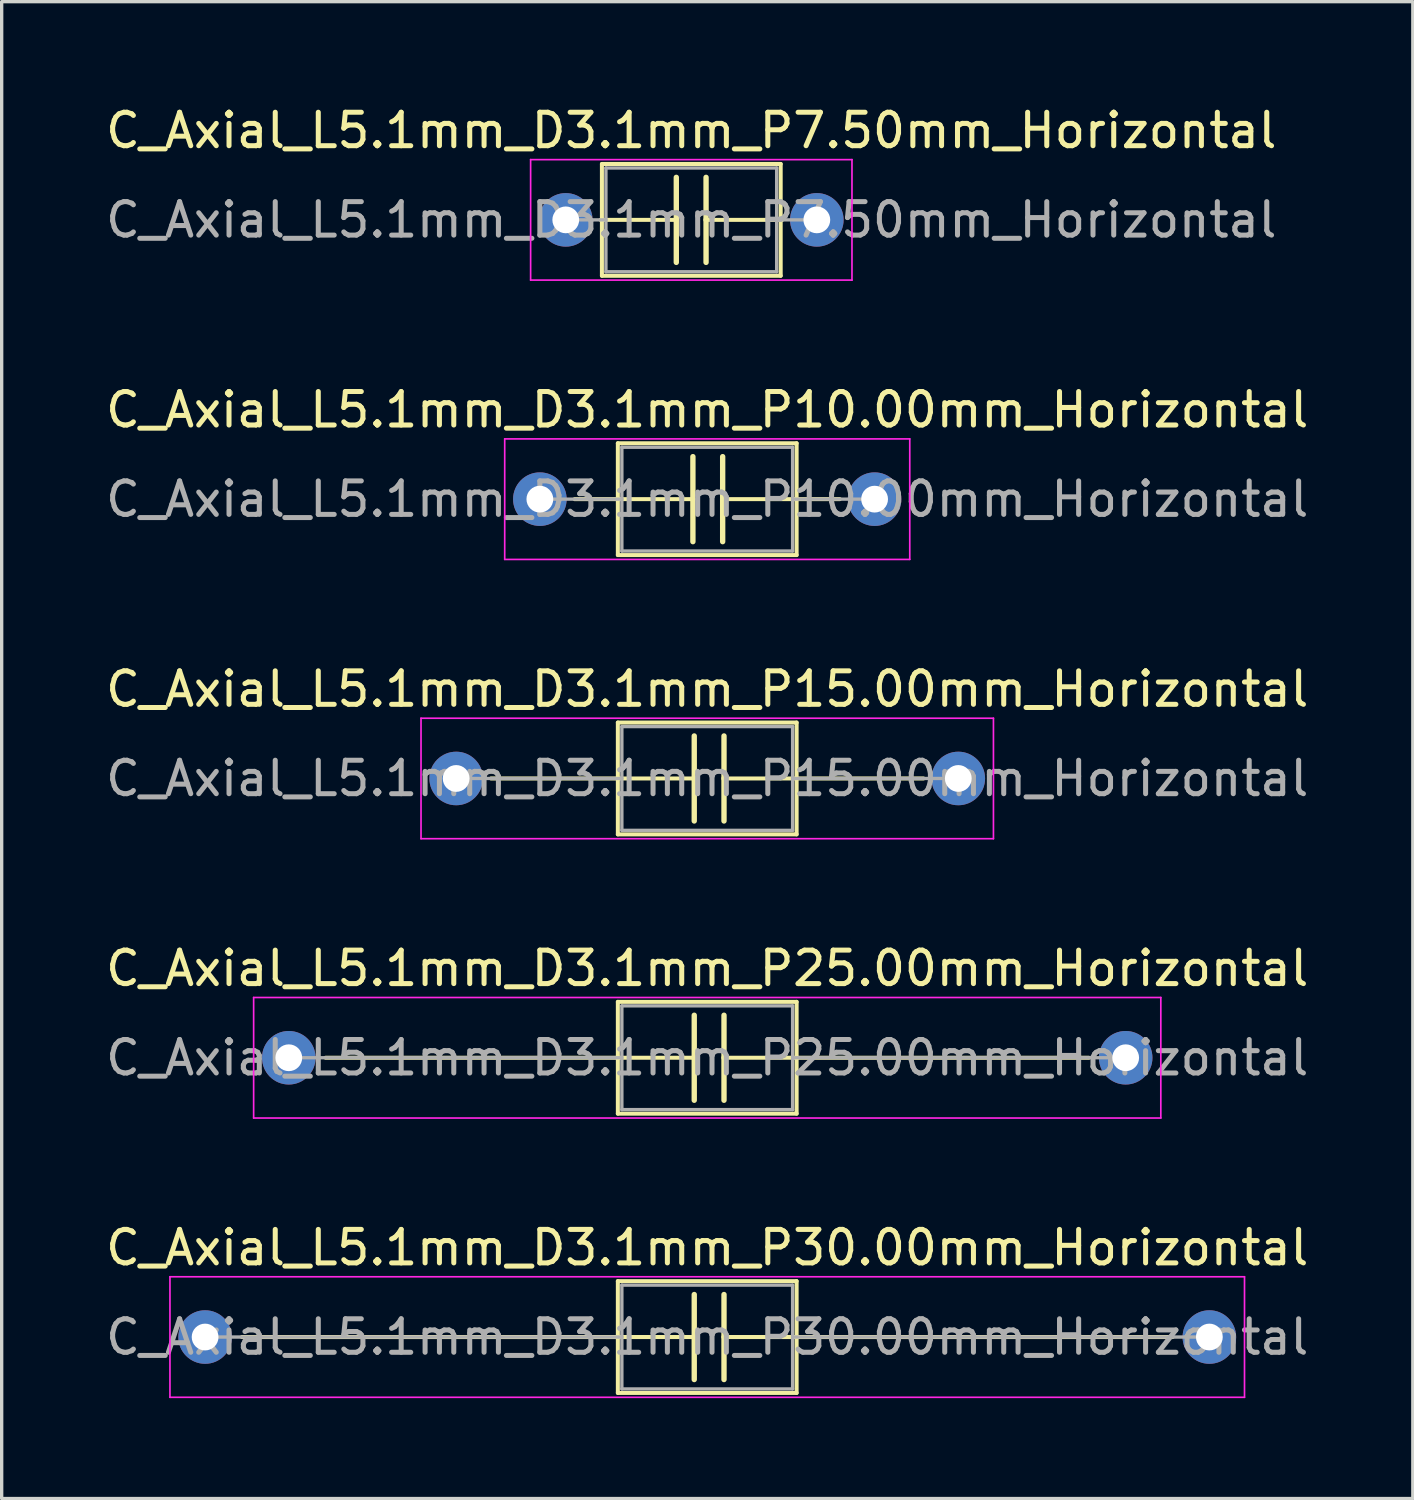
<source format=kicad_pcb>
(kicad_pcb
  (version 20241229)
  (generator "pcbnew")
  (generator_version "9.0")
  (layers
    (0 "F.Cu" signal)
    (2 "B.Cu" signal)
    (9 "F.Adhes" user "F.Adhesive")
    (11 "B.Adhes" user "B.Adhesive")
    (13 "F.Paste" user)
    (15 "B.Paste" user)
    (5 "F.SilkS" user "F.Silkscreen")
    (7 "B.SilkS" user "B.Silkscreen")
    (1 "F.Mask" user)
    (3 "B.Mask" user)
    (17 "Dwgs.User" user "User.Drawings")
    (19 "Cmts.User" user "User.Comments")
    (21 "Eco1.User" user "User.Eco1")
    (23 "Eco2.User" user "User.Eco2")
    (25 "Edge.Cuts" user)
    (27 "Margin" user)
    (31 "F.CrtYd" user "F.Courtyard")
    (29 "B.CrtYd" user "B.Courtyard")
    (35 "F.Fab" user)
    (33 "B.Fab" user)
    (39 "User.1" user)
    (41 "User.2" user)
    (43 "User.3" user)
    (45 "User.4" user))
  (footprint "C_Axial_L5.1mm_D3.1mm_P15.00mm_Horizontal"
    (layer "F.Cu")
    (at 10.577 20.205)
    (property "Reference" "C_Axial_L5.1mm_D3.1mm_P15.00mm_Horizontal" (at 7.5 -2.67 0) (layer "F.SilkS") (effects (font (size 1 1) (thickness 0.15))))
    (attr through_hole)
    (fp_line (start 1.04 0) (end 4.83 0) (stroke (width 0.12) (type solid)) (layer "F.SilkS"))
    (fp_line (start 4.826 0) (end 7.112 0) (stroke (width 0.12) (type solid)) (layer "F.SilkS"))
    (fp_line (start 4.83 -1.67) (end 4.83 1.67) (stroke (width 0.12) (type solid)) (layer "F.SilkS"))
    (fp_line (start 4.83 1.67) (end 10.17 1.67) (stroke (width 0.12) (type solid)) (layer "F.SilkS"))
    (fp_line (start 7.112 0) (end 7.112 -1.27) (stroke (width 0.16) (type solid)) (layer "F.SilkS"))
    (fp_line (start 7.112 0) (end 7.112 1.27) (stroke (width 0.16) (type solid)) (layer "F.SilkS"))
    (fp_line (start 8.001 0) (end 8.001 -1.27) (stroke (width 0.16) (type solid)) (layer "F.SilkS"))
    (fp_line (start 8.001 0) (end 8.001 1.27) (stroke (width 0.16) (type solid)) (layer "F.SilkS"))
    (fp_line (start 10.17 -1.67) (end 4.83 -1.67) (stroke (width 0.12) (type solid)) (layer "F.SilkS"))
    (fp_line (start 10.17 0) (end 8.001 0) (stroke (width 0.12) (type solid)) (layer "F.SilkS"))
    (fp_line (start 10.17 1.67) (end 10.17 -1.67) (stroke (width 0.12) (type solid)) (layer "F.SilkS"))
    (fp_line (start 13.96 0) (end 10.17 0) (stroke (width 0.12) (type solid)) (layer "F.SilkS"))
    (fp_line (start -1.05 -1.8) (end -1.05 1.8) (stroke (width 0.05) (type solid)) (layer "F.CrtYd"))
    (fp_line (start -1.05 1.8) (end 16.05 1.8) (stroke (width 0.05) (type solid)) (layer "F.CrtYd"))
    (fp_line (start 16.05 -1.8) (end -1.05 -1.8) (stroke (width 0.05) (type solid)) (layer "F.CrtYd"))
    (fp_line (start 16.05 1.8) (end 16.05 -1.8) (stroke (width 0.05) (type solid)) (layer "F.CrtYd"))
    (fp_line (start 0 0) (end 4.95 0) (stroke (width 0.1) (type solid)) (layer "F.Fab"))
    (fp_line (start 4.95 -1.55) (end 4.95 1.55) (stroke (width 0.1) (type solid)) (layer "F.Fab"))
    (fp_line (start 4.95 1.55) (end 10.05 1.55) (stroke (width 0.1) (type solid)) (layer "F.Fab"))
    (fp_line (start 10.05 -1.55) (end 4.95 -1.55) (stroke (width 0.1) (type solid)) (layer "F.Fab"))
    (fp_line (start 10.05 1.55) (end 10.05 -1.55) (stroke (width 0.1) (type solid)) (layer "F.Fab"))
    (fp_line (start 15 0) (end 10.05 0) (stroke (width 0.1) (type solid)) (layer "F.Fab"))
    (fp_text user "${REFERENCE}" (at 7.5 0 0) (layer "F.Fab") (effects (font (size 1 1) (thickness 0.15))))
    (pad "1" thru_hole circle (at 0 0) (size 1.6 1.6) (drill 0.8) (layers "*.Cu" "*.Mask"))
    (pad "2" thru_hole oval (at 15 0) (size 1.6 1.6) (drill 0.8) (layers "*.Cu" "*.Mask")))
  (footprint "C_Axial_L5.1mm_D3.1mm_P30.00mm_Horizontal"
    (layer "F.Cu")
    (at 3.077 36.891)
    (property "Reference" "C_Axial_L5.1mm_D3.1mm_P30.00mm_Horizontal" (at 15 -2.67 0) (layer "F.SilkS") (effects (font (size 1 1) (thickness 0.15))))
    (attr through_hole)
    (fp_line (start 1.1 0) (end 12.33 0) (stroke (width 0.12) (type solid)) (layer "F.SilkS"))
    (fp_line (start 12.33 -1.67) (end 12.33 1.67) (stroke (width 0.12) (type solid)) (layer "F.SilkS"))
    (fp_line (start 12.33 0) (end 14.612 0) (stroke (width 0.12) (type solid)) (layer "F.SilkS"))
    (fp_line (start 12.33 1.67) (end 17.67 1.67) (stroke (width 0.12) (type solid)) (layer "F.SilkS"))
    (fp_line (start 14.612 0) (end 14.612 -1.27) (stroke (width 0.16) (type solid)) (layer "F.SilkS"))
    (fp_line (start 14.612 0) (end 14.612 1.27) (stroke (width 0.16) (type solid)) (layer "F.SilkS"))
    (fp_line (start 15.501 0) (end 15.501 -1.27) (stroke (width 0.16) (type solid)) (layer "F.SilkS"))
    (fp_line (start 15.501 0) (end 15.501 1.27) (stroke (width 0.16) (type solid)) (layer "F.SilkS"))
    (fp_line (start 17.67 -1.67) (end 12.33 -1.67) (stroke (width 0.12) (type solid)) (layer "F.SilkS"))
    (fp_line (start 17.67 0) (end 15.501 0) (stroke (width 0.12) (type solid)) (layer "F.SilkS"))
    (fp_line (start 17.67 1.67) (end 17.67 -1.67) (stroke (width 0.12) (type solid)) (layer "F.SilkS"))
    (fp_line (start 28.9 0) (end 17.67 0) (stroke (width 0.12) (type solid)) (layer "F.SilkS"))
    (fp_line (start -1.05 -1.8) (end -1.05 1.8) (stroke (width 0.05) (type solid)) (layer "F.CrtYd"))
    (fp_line (start -1.05 1.8) (end 31.05 1.8) (stroke (width 0.05) (type solid)) (layer "F.CrtYd"))
    (fp_line (start 31.05 -1.8) (end -1.05 -1.8) (stroke (width 0.05) (type solid)) (layer "F.CrtYd"))
    (fp_line (start 31.05 1.8) (end 31.05 -1.8) (stroke (width 0.05) (type solid)) (layer "F.CrtYd"))
    (fp_line (start 0 0) (end 12.45 0) (stroke (width 0.1) (type solid)) (layer "F.Fab"))
    (fp_line (start 12.45 -1.55) (end 12.45 1.55) (stroke (width 0.1) (type solid)) (layer "F.Fab"))
    (fp_line (start 12.45 1.55) (end 17.55 1.55) (stroke (width 0.1) (type solid)) (layer "F.Fab"))
    (fp_line (start 17.55 -1.55) (end 12.45 -1.55) (stroke (width 0.1) (type solid)) (layer "F.Fab"))
    (fp_line (start 17.55 1.55) (end 17.55 -1.55) (stroke (width 0.1) (type solid)) (layer "F.Fab"))
    (fp_line (start 30 0) (end 17.55 0) (stroke (width 0.1) (type solid)) (layer "F.Fab"))
    (fp_text user "${REFERENCE}" (at 15 0 0) (layer "F.Fab") (effects (font (size 1 1) (thickness 0.15))))
    (pad "1" thru_hole circle (at 0 0) (size 1.6 1.6) (drill 0.8) (layers "*.Cu" "*.Mask"))
    (pad "2" thru_hole oval (at 30 0) (size 1.6 1.6) (drill 0.8) (layers "*.Cu" "*.Mask")))
  (footprint "C_Axial_L5.1mm_D3.1mm_P25.00mm_Horizontal"
    (layer "F.Cu")
    (at 5.577 28.548)
    (property "Reference" "C_Axial_L5.1mm_D3.1mm_P25.00mm_Horizontal" (at 12.5 -2.67 0) (layer "F.SilkS") (effects (font (size 1 1) (thickness 0.15))))
    (attr through_hole)
    (fp_line (start 1.1 0) (end 9.83 0) (stroke (width 0.12) (type solid)) (layer "F.SilkS"))
    (fp_line (start 9.83 -1.67) (end 9.83 1.67) (stroke (width 0.12) (type solid)) (layer "F.SilkS"))
    (fp_line (start 9.83 0) (end 12.112 0) (stroke (width 0.12) (type solid)) (layer "F.SilkS"))
    (fp_line (start 9.83 1.67) (end 15.17 1.67) (stroke (width 0.12) (type solid)) (layer "F.SilkS"))
    (fp_line (start 12.112 0) (end 12.112 -1.27) (stroke (width 0.16) (type solid)) (layer "F.SilkS"))
    (fp_line (start 12.112 0) (end 12.112 1.27) (stroke (width 0.16) (type solid)) (layer "F.SilkS"))
    (fp_line (start 13.001 0) (end 13.001 -1.27) (stroke (width 0.16) (type solid)) (layer "F.SilkS"))
    (fp_line (start 13.001 0) (end 13.001 1.27) (stroke (width 0.16) (type solid)) (layer "F.SilkS"))
    (fp_line (start 15.17 -1.67) (end 9.83 -1.67) (stroke (width 0.12) (type solid)) (layer "F.SilkS"))
    (fp_line (start 15.17 0) (end 13.001 0) (stroke (width 0.12) (type solid)) (layer "F.SilkS"))
    (fp_line (start 15.17 1.67) (end 15.17 -1.67) (stroke (width 0.12) (type solid)) (layer "F.SilkS"))
    (fp_line (start 23.9 0) (end 15.17 0) (stroke (width 0.12) (type solid)) (layer "F.SilkS"))
    (fp_line (start -1.05 -1.8) (end -1.05 1.8) (stroke (width 0.05) (type solid)) (layer "F.CrtYd"))
    (fp_line (start -1.05 1.8) (end 26.05 1.8) (stroke (width 0.05) (type solid)) (layer "F.CrtYd"))
    (fp_line (start 26.05 -1.8) (end -1.05 -1.8) (stroke (width 0.05) (type solid)) (layer "F.CrtYd"))
    (fp_line (start 26.05 1.8) (end 26.05 -1.8) (stroke (width 0.05) (type solid)) (layer "F.CrtYd"))
    (fp_line (start 0 0) (end 9.95 0) (stroke (width 0.1) (type solid)) (layer "F.Fab"))
    (fp_line (start 9.95 -1.55) (end 9.95 1.55) (stroke (width 0.1) (type solid)) (layer "F.Fab"))
    (fp_line (start 9.95 1.55) (end 15.05 1.55) (stroke (width 0.1) (type solid)) (layer "F.Fab"))
    (fp_line (start 15.05 -1.55) (end 9.95 -1.55) (stroke (width 0.1) (type solid)) (layer "F.Fab"))
    (fp_line (start 15.05 1.55) (end 15.05 -1.55) (stroke (width 0.1) (type solid)) (layer "F.Fab"))
    (fp_line (start 25 0) (end 15.05 0) (stroke (width 0.1) (type solid)) (layer "F.Fab"))
    (fp_text user "${REFERENCE}" (at 12.5 0 0) (layer "F.Fab") (effects (font (size 1 1) (thickness 0.15))))
    (pad "1" thru_hole circle (at 0 0) (size 1.6 1.6) (drill 0.8) (layers "*.Cu" "*.Mask"))
    (pad "2" thru_hole oval (at 25 0) (size 1.6 1.6) (drill 0.8) (layers "*.Cu" "*.Mask")))
  (footprint "C_Axial_L5.1mm_D3.1mm_P10.00mm_Horizontal"
    (layer "F.Cu")
    (at 13.077 11.861)
    (property "Reference" "C_Axial_L5.1mm_D3.1mm_P10.00mm_Horizontal" (at 5 -2.67 0) (layer "F.SilkS") (effects (font (size 1 1) (thickness 0.15))))
    (attr through_hole)
    (fp_line (start 1.04 0) (end 2.33 0) (stroke (width 0.12) (type solid)) (layer "F.SilkS"))
    (fp_line (start 2.33 -1.67) (end 2.33 1.67) (stroke (width 0.12) (type solid)) (layer "F.SilkS"))
    (fp_line (start 2.33 0) (end 4.572 0) (stroke (width 0.12) (type solid)) (layer "F.SilkS"))
    (fp_line (start 2.33 1.67) (end 7.67 1.67) (stroke (width 0.12) (type solid)) (layer "F.SilkS"))
    (fp_line (start 4.572 0) (end 4.572 -1.27) (stroke (width 0.16) (type solid)) (layer "F.SilkS"))
    (fp_line (start 4.572 0) (end 4.572 1.27) (stroke (width 0.16) (type solid)) (layer "F.SilkS"))
    (fp_line (start 5.461 0) (end 5.461 -1.27) (stroke (width 0.16) (type solid)) (layer "F.SilkS"))
    (fp_line (start 5.461 0) (end 5.461 1.27) (stroke (width 0.16) (type solid)) (layer "F.SilkS"))
    (fp_line (start 7.67 -1.67) (end 2.33 -1.67) (stroke (width 0.12) (type solid)) (layer "F.SilkS"))
    (fp_line (start 7.67 0) (end 5.461 0) (stroke (width 0.12) (type solid)) (layer "F.SilkS"))
    (fp_line (start 7.67 1.67) (end 7.67 -1.67) (stroke (width 0.12) (type solid)) (layer "F.SilkS"))
    (fp_line (start 8.96 0) (end 7.67 0) (stroke (width 0.12) (type solid)) (layer "F.SilkS"))
    (fp_line (start -1.05 -1.8) (end -1.05 1.8) (stroke (width 0.05) (type solid)) (layer "F.CrtYd"))
    (fp_line (start -1.05 1.8) (end 11.05 1.8) (stroke (width 0.05) (type solid)) (layer "F.CrtYd"))
    (fp_line (start 11.05 -1.8) (end -1.05 -1.8) (stroke (width 0.05) (type solid)) (layer "F.CrtYd"))
    (fp_line (start 11.05 1.8) (end 11.05 -1.8) (stroke (width 0.05) (type solid)) (layer "F.CrtYd"))
    (fp_line (start 0 0) (end 2.45 0) (stroke (width 0.1) (type solid)) (layer "F.Fab"))
    (fp_line (start 2.45 -1.55) (end 2.45 1.55) (stroke (width 0.1) (type solid)) (layer "F.Fab"))
    (fp_line (start 2.45 1.55) (end 7.55 1.55) (stroke (width 0.1) (type solid)) (layer "F.Fab"))
    (fp_line (start 7.55 -1.55) (end 2.45 -1.55) (stroke (width 0.1) (type solid)) (layer "F.Fab"))
    (fp_line (start 7.55 1.55) (end 7.55 -1.55) (stroke (width 0.1) (type solid)) (layer "F.Fab"))
    (fp_line (start 10 0) (end 7.55 0) (stroke (width 0.1) (type solid)) (layer "F.Fab"))
    (fp_text user "${REFERENCE}" (at 5 0 0) (layer "F.Fab") (effects (font (size 1 1) (thickness 0.15))))
    (pad "1" thru_hole circle (at 0 0) (size 1.6 1.6) (drill 0.8) (layers "*.Cu" "*.Mask"))
    (pad "2" thru_hole oval (at 10 0) (size 1.6 1.6) (drill 0.8) (layers "*.Cu" "*.Mask")))
  (footprint "C_Axial_L5.1mm_D3.1mm_P7.50mm_Horizontal"
    (layer "F.Cu")
    (at 13.851 3.518)
    (property "Reference" "C_Axial_L5.1mm_D3.1mm_P7.50mm_Horizontal" (at 3.75 -2.67 0) (layer "F.SilkS") (effects (font (size 1 1) (thickness 0.15))))
    (attr through_hole)
    (fp_line (start 1.04 0) (end 1.08 0) (stroke (width 0.12) (type solid)) (layer "F.SilkS"))
    (fp_line (start 1.08 -1.67) (end 1.08 1.67) (stroke (width 0.12) (type solid)) (layer "F.SilkS"))
    (fp_line (start 1.08 0) (end 3.302 0) (stroke (width 0.12) (type solid)) (layer "F.SilkS"))
    (fp_line (start 1.08 1.67) (end 6.42 1.67) (stroke (width 0.12) (type solid)) (layer "F.SilkS"))
    (fp_line (start 3.302 0) (end 3.302 -1.27) (stroke (width 0.16) (type solid)) (layer "F.SilkS"))
    (fp_line (start 3.302 0) (end 3.302 1.27) (stroke (width 0.16) (type solid)) (layer "F.SilkS"))
    (fp_line (start 4.191 0) (end 4.191 -1.27) (stroke (width 0.16) (type solid)) (layer "F.SilkS"))
    (fp_line (start 4.191 0) (end 4.191 1.27) (stroke (width 0.16) (type solid)) (layer "F.SilkS"))
    (fp_line (start 6.42 -1.67) (end 1.08 -1.67) (stroke (width 0.12) (type solid)) (layer "F.SilkS"))
    (fp_line (start 6.42 1.67) (end 6.42 -1.67) (stroke (width 0.12) (type solid)) (layer "F.SilkS"))
    (fp_line (start 6.46 0) (end 4.191 0) (stroke (width 0.12) (type solid)) (layer "F.SilkS"))
    (fp_line (start 6.46 0) (end 6.42 0) (stroke (width 0.12) (type solid)) (layer "F.SilkS"))
    (fp_line (start -1.05 -1.8) (end -1.05 1.8) (stroke (width 0.05) (type solid)) (layer "F.CrtYd"))
    (fp_line (start -1.05 1.8) (end 8.55 1.8) (stroke (width 0.05) (type solid)) (layer "F.CrtYd"))
    (fp_line (start 8.55 -1.8) (end -1.05 -1.8) (stroke (width 0.05) (type solid)) (layer "F.CrtYd"))
    (fp_line (start 8.55 1.8) (end 8.55 -1.8) (stroke (width 0.05) (type solid)) (layer "F.CrtYd"))
    (fp_line (start 0 0) (end 1.2 0) (stroke (width 0.1) (type solid)) (layer "F.Fab"))
    (fp_line (start 1.2 -1.55) (end 1.2 1.55) (stroke (width 0.1) (type solid)) (layer "F.Fab"))
    (fp_line (start 1.2 1.55) (end 6.3 1.55) (stroke (width 0.1) (type solid)) (layer "F.Fab"))
    (fp_line (start 6.3 -1.55) (end 1.2 -1.55) (stroke (width 0.1) (type solid)) (layer "F.Fab"))
    (fp_line (start 6.3 1.55) (end 6.3 -1.55) (stroke (width 0.1) (type solid)) (layer "F.Fab"))
    (fp_line (start 7.5 0) (end 6.3 0) (stroke (width 0.1) (type solid)) (layer "F.Fab"))
    (fp_text user "${REFERENCE}" (at 3.75 0 0) (layer "F.Fab") (effects (font (size 1 1) (thickness 0.15))))
    (pad "1" thru_hole circle (at 0 0) (size 1.6 1.6) (drill 0.8) (layers "*.Cu" "*.Mask"))
    (pad "2" thru_hole oval (at 7.5 0) (size 1.6 1.6) (drill 0.8) (layers "*.Cu" "*.Mask")))
  (gr_rect
    (start -3 -3)
    (end 39.155 41.716)
    (stroke (width 0.1) (type default))
    (fill no)
    (layer "Edge.Cuts")))
</source>
